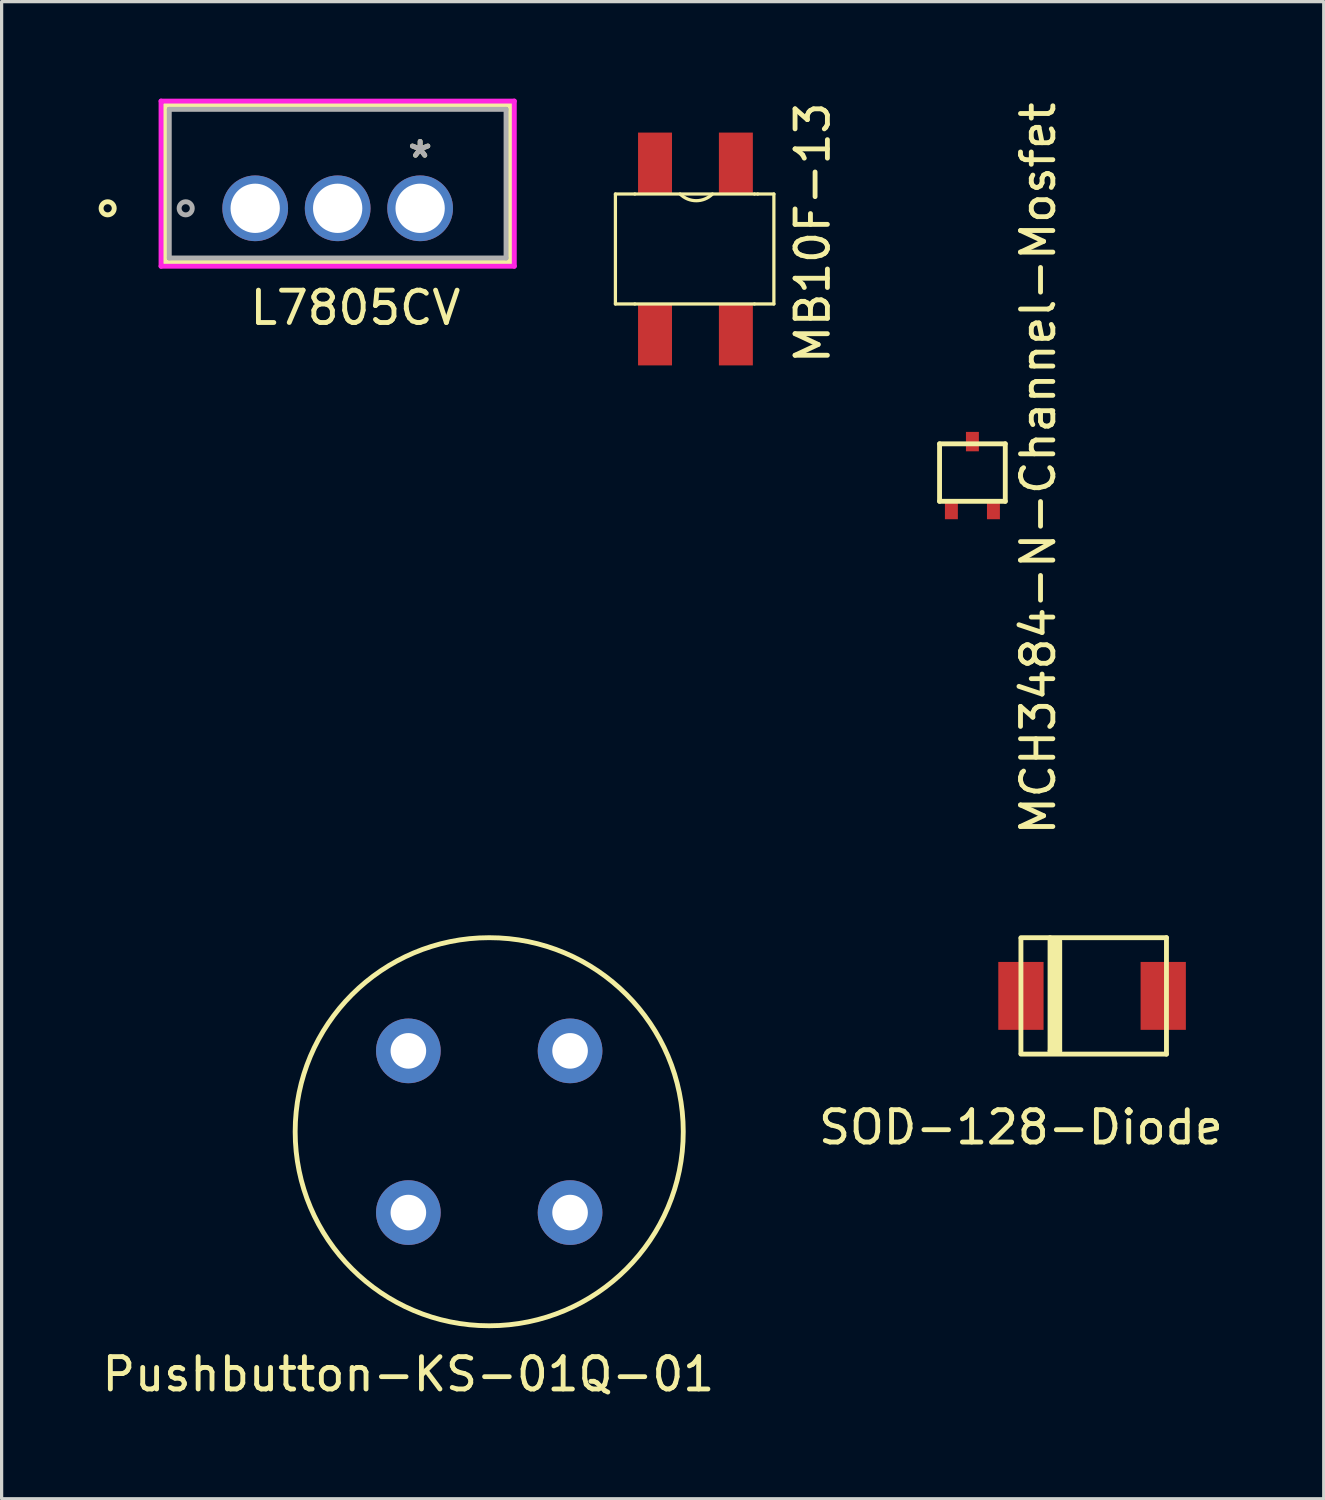
<source format=kicad_pcb>
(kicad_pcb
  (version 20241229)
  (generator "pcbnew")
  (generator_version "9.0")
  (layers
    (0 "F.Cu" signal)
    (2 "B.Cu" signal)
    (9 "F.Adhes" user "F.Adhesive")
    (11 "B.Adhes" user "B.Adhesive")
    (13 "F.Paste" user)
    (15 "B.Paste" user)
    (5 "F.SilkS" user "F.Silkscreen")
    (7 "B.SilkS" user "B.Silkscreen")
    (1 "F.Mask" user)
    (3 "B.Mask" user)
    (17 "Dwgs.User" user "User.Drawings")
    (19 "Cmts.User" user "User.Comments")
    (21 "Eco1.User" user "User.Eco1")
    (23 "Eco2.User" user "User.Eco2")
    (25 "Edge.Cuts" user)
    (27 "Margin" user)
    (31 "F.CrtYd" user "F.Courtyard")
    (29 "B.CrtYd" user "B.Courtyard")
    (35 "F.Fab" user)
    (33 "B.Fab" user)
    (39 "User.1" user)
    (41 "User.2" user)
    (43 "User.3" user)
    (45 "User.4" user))
  (footprint "L7805CV"
    (layer "F.Cu")
    (at 9.941 1.867)
    (property "Reference" "L7805CV" (at -2 4.6 0) (layer "F.SilkS") (effects (font (size 1 1) (thickness 0.15))))
    (attr through_hole)
    (fp_line (start -7.884 -1.664) (end -7.884 3.188) (stroke (width 0.152) (type solid)) (layer "F.SilkS"))
    (fp_line (start -7.884 3.188) (end 2.784 3.188) (stroke (width 0.152) (type solid)) (layer "F.SilkS"))
    (fp_line (start 2.784 -1.664) (end -7.884 -1.664) (stroke (width 0.152) (type solid)) (layer "F.SilkS"))
    (fp_line (start 2.784 3.188) (end 2.784 -1.664) (stroke (width 0.152) (type solid)) (layer "F.SilkS"))
    (fp_circle (center -9.662 1.524) (end -9.459 1.524) (stroke (width 0.152) (type solid)) (fill no) (layer "F.SilkS"))
    (fp_line (start -8.011 -1.791) (end 2.911 -1.791) (stroke (width 0.152) (type solid)) (layer "F.CrtYd"))
    (fp_line (start -8.011 3.315) (end -8.011 -1.791) (stroke (width 0.152) (type solid)) (layer "F.CrtYd"))
    (fp_line (start 2.911 -1.791) (end 2.911 3.315) (stroke (width 0.152) (type solid)) (layer "F.CrtYd"))
    (fp_line (start 2.911 3.315) (end -8.011 3.315) (stroke (width 0.152) (type solid)) (layer "F.CrtYd"))
    (fp_line (start -7.757 -1.537) (end -7.757 3.061) (stroke (width 0.152) (type solid)) (layer "F.Fab"))
    (fp_line (start -7.757 3.061) (end 2.657 3.061) (stroke (width 0.152) (type solid)) (layer "F.Fab"))
    (fp_line (start 2.657 -1.537) (end -7.757 -1.537) (stroke (width 0.152) (type solid)) (layer "F.Fab"))
    (fp_line (start 2.657 3.061) (end 2.657 -1.537) (stroke (width 0.152) (type solid)) (layer "F.Fab"))
    (fp_circle (center -7.249 1.524) (end -7.046 1.524) (stroke (width 0.152) (type solid)) (fill no) (layer "F.Fab"))
    (fp_text user "*" (at 0 0 0) (layer "F.SilkS") (effects (font (size 1 1) (thickness 0.15))))
    (fp_text user "*" (at 0 0 0) (layer "F.Fab") (effects (font (size 1 1) (thickness 0.15))))
    (pad "1" thru_hole circle (at -5.1 1.524) (size 2.032 2.032) (drill 1.524) (layers "*.Cu" "*.Mask"))
    (pad "2" thru_hole circle (at -2.55 1.524) (size 2.032 2.032) (drill 1.524) (layers "*.Cu" "*.Mask"))
    (pad "3" thru_hole circle (at 0 1.524) (size 2.032 2.032) (drill 1.524) (layers "*.Cu" "*.Mask")))
  (footprint "Pushbutton-KS-01Q-01"
    (layer "F.Cu")
    (at 9.577 34.444)
    (property "Reference" "Pushbutton-KS-01Q-01" (at 0 5 0) (layer "F.SilkS") (effects (font (size 1 1) (thickness 0.15))))
    (attr through_hole)
    (fp_circle (center 2.5 -2.5) (end 8.5 -2.5) (stroke (width 0.15) (type solid)) (fill no) (layer "F.SilkS"))
    (pad "1" thru_hole circle (at 0 0) (size 2 2) (drill 1.1) (layers "*.Cu" "*.Mask"))
    (pad "1" thru_hole circle (at 5 0) (size 2 2) (drill 1.1) (layers "*.Cu" "*.Mask"))
    (pad "2" thru_hole circle (at 0 -5) (size 2 2) (drill 1.1) (layers "*.Cu" "*.Mask"))
    (pad "2" thru_hole circle (at 5 -5) (size 2 2) (drill 1.1) (layers "*.Cu" "*.Mask")))
  (footprint "MCH3484-N-Channel-Mosfet"
    (layer "F.Cu")
    (at 27.018 12.705)
    (property "Reference" "MCH3484-N-Channel-Mosfet" (at 2.032 -1.27 90) (layer "F.SilkS") (effects (font (size 1 1) (thickness 0.15))))
    (attr through_hole)
    (fp_line (start -1.016 -2.032) (end 1.016 -2.032) (stroke (width 0.15) (type solid)) (layer "F.SilkS"))
    (fp_line (start -1.016 -0.254) (end -1.016 -2.032) (stroke (width 0.15) (type solid)) (layer "F.SilkS"))
    (fp_line (start 1.016 -2.032) (end 1.016 -0.254) (stroke (width 0.15) (type solid)) (layer "F.SilkS"))
    (fp_line (start 1.016 -0.254) (end -1.016 -0.254) (stroke (width 0.15) (type solid)) (layer "F.SilkS"))
    (pad "1" smd rect (at 0 -2.1) (size 0.4 0.6) (layers "F.Cu" "F.Mask" "F.Paste"))
    (pad "2" smd rect (at -0.65 0) (size 0.4 0.6) (layers "F.Cu" "F.Mask" "F.Paste"))
    (pad "3" smd rect (at 0.65 0) (size 0.4 0.6) (layers "F.Cu" "F.Mask" "F.Paste")))
  (footprint "SOD-128-Diode"
    (layer "F.Cu")
    (at 28.518 27.744)
    (property "Reference" "SOD-128-Diode" (at 0 4.064 0) (layer "F.SilkS") (effects (font (size 1 1) (thickness 0.15))))
    (attr through_hole)
    (fp_line (start 0 -1.778) (end 0 1.778) (stroke (width 0.15) (type solid)) (layer "F.SilkS"))
    (fp_line (start 0 1.8) (end 4.5 1.8) (stroke (width 0.15) (type solid)) (layer "F.SilkS"))
    (fp_line (start 0.9 -1.8) (end 0.9 1.7) (stroke (width 0.15) (type solid)) (layer "F.SilkS"))
    (fp_line (start 0.9 1.7) (end 1 1.7) (stroke (width 0.15) (type solid)) (layer "F.SilkS"))
    (fp_line (start 1 -1.7) (end 1.1 -1.7) (stroke (width 0.15) (type solid)) (layer "F.SilkS"))
    (fp_line (start 1 1.7) (end 1 -1.7) (stroke (width 0.15) (type solid)) (layer "F.SilkS"))
    (fp_line (start 1.1 -1.7) (end 1.1 1.7) (stroke (width 0.15) (type solid)) (layer "F.SilkS"))
    (fp_line (start 1.1 1.7) (end 1.2 1.7) (stroke (width 0.15) (type solid)) (layer "F.SilkS"))
    (fp_line (start 1.2 1.7) (end 1.2 -1.7) (stroke (width 0.15) (type solid)) (layer "F.SilkS"))
    (fp_line (start 4.5 -1.8) (end 0 -1.8) (stroke (width 0.15) (type solid)) (layer "F.SilkS"))
    (fp_line (start 4.5 1.8) (end 4.5 -1.8) (stroke (width 0.15) (type solid)) (layer "F.SilkS"))
    (pad "1" smd rect (at 0 0) (size 1.4 2.1) (layers "F.Cu" "F.Mask" "F.Paste"))
    (pad "2" smd rect (at 4.4 0) (size 1.4 2.1) (layers "F.Cu" "F.Mask" "F.Paste")))
  (footprint "MB10F-13"
    (layer "F.Cu")
    (at 16.679 8.249)
    (property "Reference" "MB10F-13" (at 5.4 -4.1 90) (layer "F.SilkS") (effects (font (size 1 1) (thickness 0.15))))
    (attr through_hole)
    (fp_line (start -0.7 -1.9) (end -0.7 -5.3) (stroke (width 0.1) (type solid)) (layer "F.SilkS"))
    (fp_line (start -0.1 -5.3) (end -0.7 -5.3) (stroke (width 0.1) (type solid)) (layer "F.SilkS"))
    (fp_line (start -0.1 -5.3) (end 3.6 -5.3) (stroke (width 0.1) (type solid)) (layer "F.SilkS"))
    (fp_line (start -0.1 -1.9) (end -0.7 -1.9) (stroke (width 0.1) (type solid)) (layer "F.SilkS"))
    (fp_line (start 3.6 -5.3) (end 3.7 -5.3) (stroke (width 0.1) (type solid)) (layer "F.SilkS"))
    (fp_line (start 3.6 -1.9) (end -0.1 -1.9) (stroke (width 0.1) (type solid)) (layer "F.SilkS"))
    (fp_line (start 3.6 -1.9) (end 4.2 -1.9) (stroke (width 0.1) (type solid)) (layer "F.SilkS"))
    (fp_line (start 3.7 -5.3) (end 4.2 -5.3) (stroke (width 0.1) (type solid)) (layer "F.SilkS"))
    (fp_line (start 4.2 -5.3) (end 4.2 -1.9) (stroke (width 0.1) (type solid)) (layer "F.SilkS"))
    (fp_arc (start 2.3 -5.3) (mid 1.8 -5.092893) (end 1.3 -5.3) (stroke (width 0.1) (type solid)) (layer "F.SilkS"))
    (pad "1" smd rect (at 3.55 -7.2) (size 1.05 1.875) (drill (offset -0.525 0.938)) (layers "F.Cu" "F.Mask" "F.Paste"))
    (pad "2" smd rect (at 3.55 0) (size 1.05 1.875) (drill (offset -0.525 -0.938)) (layers "F.Cu" "F.Mask" "F.Paste"))
    (pad "3" smd rect (at 0 -7.2) (size 1.05 1.875) (drill (offset 0.525 0.938)) (layers "F.Cu" "F.Mask" "F.Paste"))
    (pad "4" smd rect (at 0 0) (size 1.05 1.875) (drill (offset 0.525 -0.938)) (layers "F.Cu" "F.Mask" "F.Paste")))
  (gr_rect
    (start -3 -3)
    (end 37.881 43.292)
    (stroke (width 0.1) (type default))
    (fill no)
    (layer "Edge.Cuts")))
</source>
